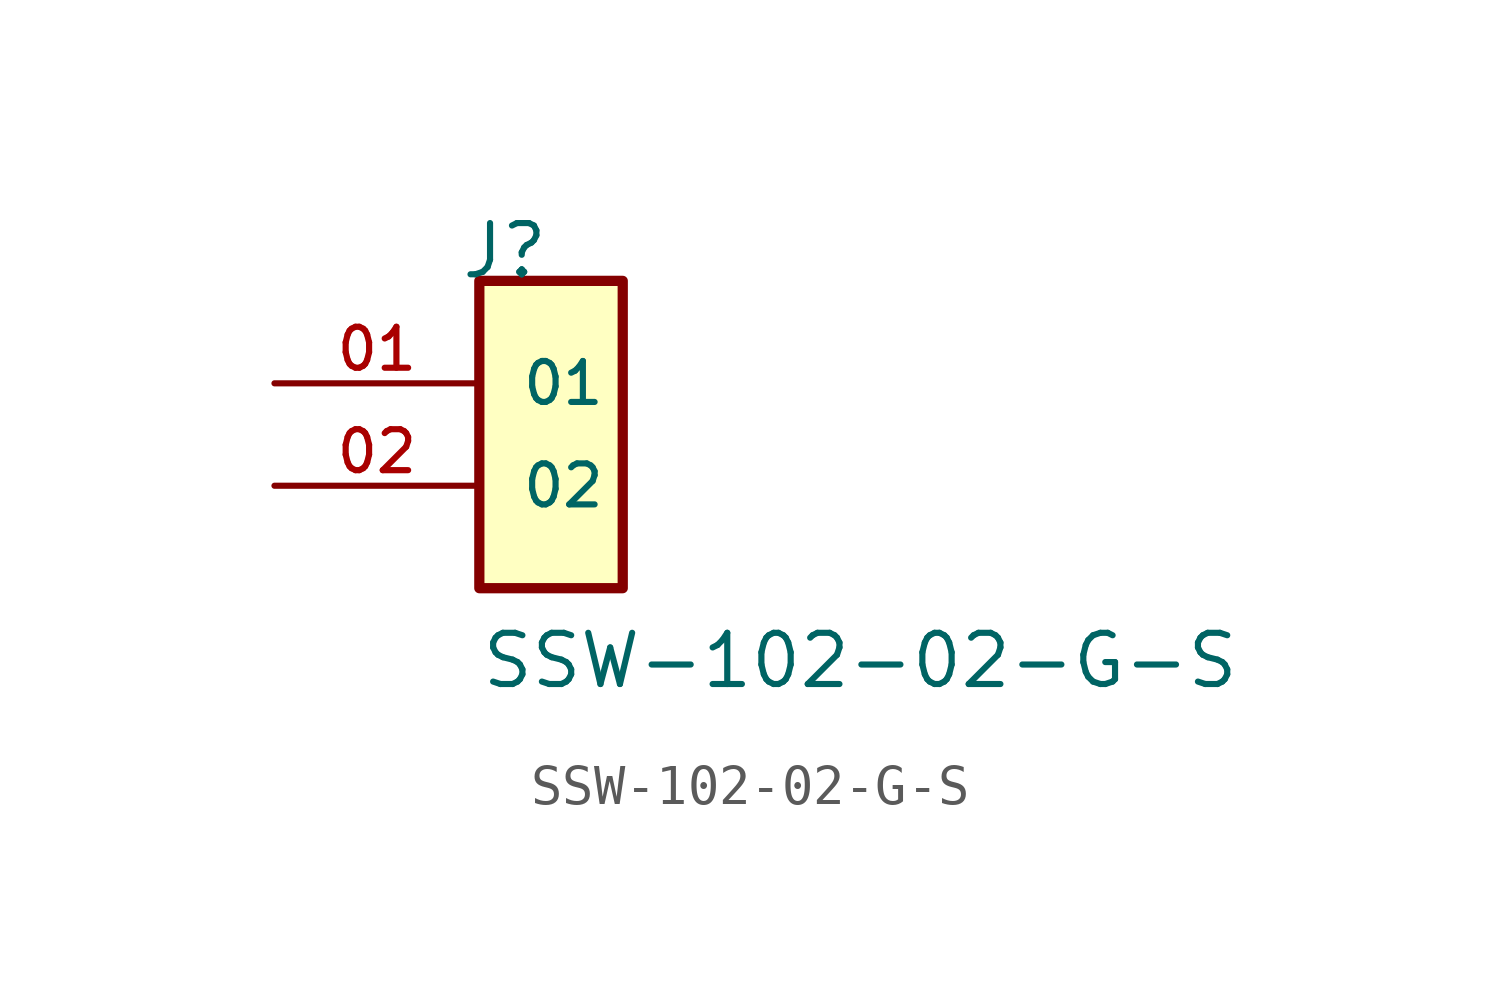
<source format=kicad_sym>
(kicad_symbol_lib
  (version 20220914)
  (generator kicad_symbol_editor)
  (symbol "SSW-102-02-G-S"
    (pin_names
      (offset 1.016))
    (property "Reference" "J"
      (at -8.12 5.08 0)
      (effects (font (size 1.27 1.27)) (justify left bottom)))
    (property "Value" "SSW-102-02-G-S"
      (at -7.62 -5.08 0)
      (effects (font (size 1.27 1.27)) (justify left bottom)))
    (symbol "SSW-102-02-G-S_0_0"
      (rectangle (start -7.62 5.08) (end -4.064 -2.54) (stroke (width 0.254) (type default)) (fill (type background)))
      (pin passive line (at -12.7 2.54 0) (length 5.08) (name "01" (effects (font (size 1.016 1.016)))) (number "01" (effects (font (size 1.016 1.016)))))
      (pin passive line (at -12.7 0 0) (length 5.08) (name "02" (effects (font (size 1.016 1.016)))) (number "02" (effects (font (size 1.016 1.016))))))))
</source>
